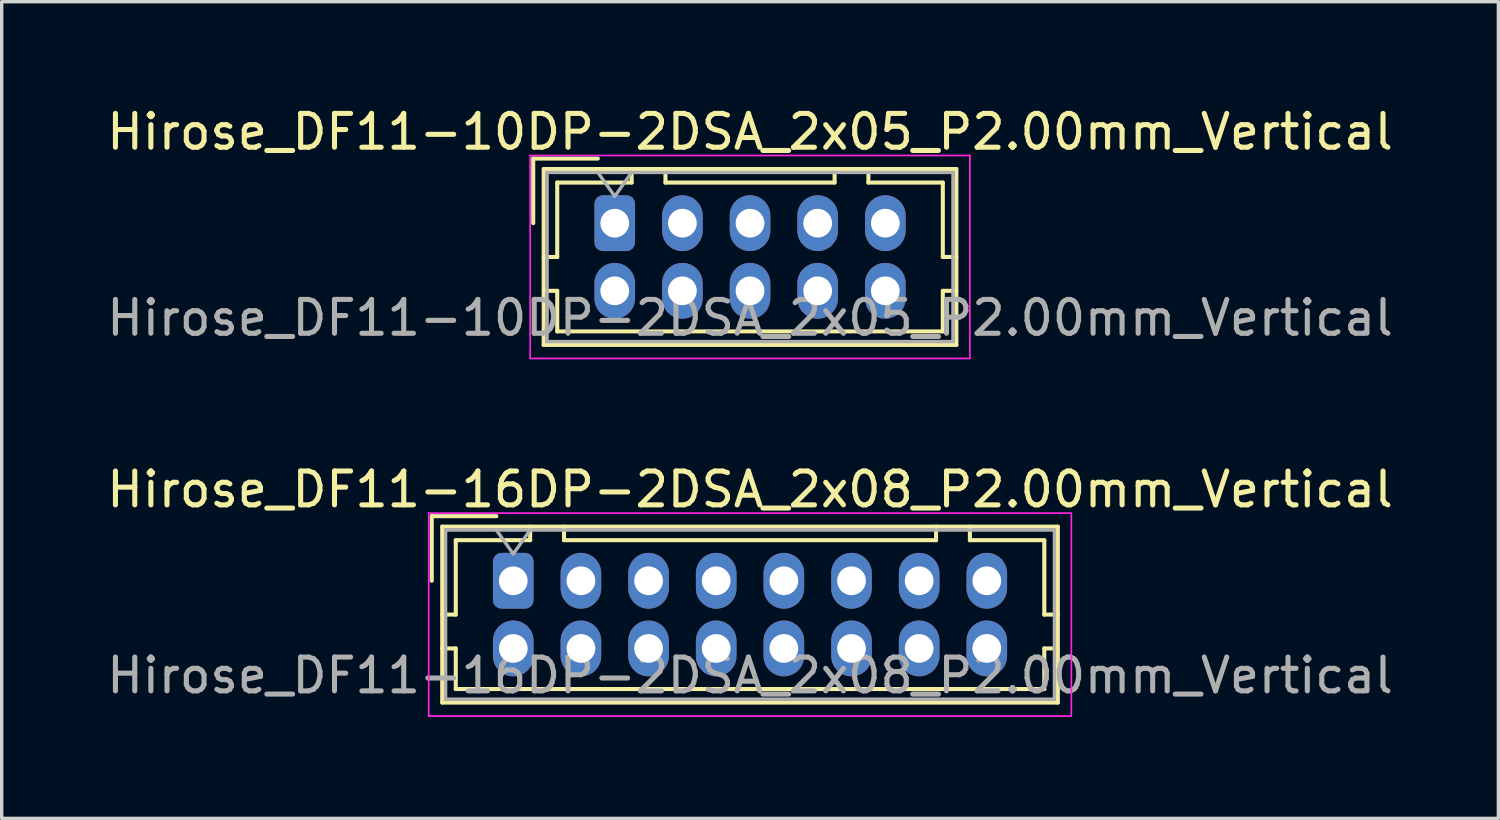
<source format=kicad_pcb>
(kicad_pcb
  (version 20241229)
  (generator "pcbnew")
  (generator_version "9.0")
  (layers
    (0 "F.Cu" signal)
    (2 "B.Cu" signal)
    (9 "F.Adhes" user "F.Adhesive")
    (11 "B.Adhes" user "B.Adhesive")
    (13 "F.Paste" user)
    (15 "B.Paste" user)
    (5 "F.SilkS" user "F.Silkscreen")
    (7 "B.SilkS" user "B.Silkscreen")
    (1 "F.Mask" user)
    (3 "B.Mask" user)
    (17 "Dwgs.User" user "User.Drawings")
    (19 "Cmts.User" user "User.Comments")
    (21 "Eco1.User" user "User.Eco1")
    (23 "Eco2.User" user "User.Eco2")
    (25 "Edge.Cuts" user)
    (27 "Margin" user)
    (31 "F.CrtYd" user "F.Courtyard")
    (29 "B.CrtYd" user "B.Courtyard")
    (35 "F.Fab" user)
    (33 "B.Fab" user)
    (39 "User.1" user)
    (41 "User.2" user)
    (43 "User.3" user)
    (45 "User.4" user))
  (footprint "Hirose_DF11-10DP-2DSA_2x05_P2.00mm_Vertical"
    (layer "F.Cu")
    (at 15.125 3.548)
    (property "Reference" "Hirose_DF11-10DP-2DSA_2x05_P2.00mm_Vertical" (at 4 -2.7 0) (layer "F.SilkS") (effects (font (size 1 1) (thickness 0.15))))
    (attr through_hole)
    (fp_line (start -2.41 -1.91) (end -0.5 -1.91) (stroke (width 0.12) (type solid)) (layer "F.SilkS"))
    (fp_line (start -2.41 0) (end -2.41 -1.91) (stroke (width 0.12) (type solid)) (layer "F.SilkS"))
    (fp_line (start -2.1 -1.6) (end -2.1 3.6) (stroke (width 0.12) (type solid)) (layer "F.SilkS"))
    (fp_line (start -2.1 1) (end -1.7 1) (stroke (width 0.12) (type solid)) (layer "F.SilkS"))
    (fp_line (start -2.1 2) (end -1.7 2) (stroke (width 0.12) (type solid)) (layer "F.SilkS"))
    (fp_line (start -2.1 3.6) (end 10.1 3.6) (stroke (width 0.12) (type solid)) (layer "F.SilkS"))
    (fp_line (start -1.7 -1.2) (end 0.5 -1.2) (stroke (width 0.12) (type solid)) (layer "F.SilkS"))
    (fp_line (start -1.7 1) (end -1.7 -1.2) (stroke (width 0.12) (type solid)) (layer "F.SilkS"))
    (fp_line (start -1.7 2) (end -1.7 3.2) (stroke (width 0.12) (type solid)) (layer "F.SilkS"))
    (fp_line (start -1.7 3.2) (end 9.7 3.2) (stroke (width 0.12) (type solid)) (layer "F.SilkS"))
    (fp_line (start 0.5 -1.2) (end 0.5 -1.6) (stroke (width 0.12) (type solid)) (layer "F.SilkS"))
    (fp_line (start 1.5 -1.6) (end 1.5 -1.2) (stroke (width 0.12) (type solid)) (layer "F.SilkS"))
    (fp_line (start 1.5 -1.2) (end 6.5 -1.2) (stroke (width 0.12) (type solid)) (layer "F.SilkS"))
    (fp_line (start 6.5 -1.2) (end 6.5 -1.6) (stroke (width 0.12) (type solid)) (layer "F.SilkS"))
    (fp_line (start 7.5 -1.2) (end 7.5 -1.6) (stroke (width 0.12) (type solid)) (layer "F.SilkS"))
    (fp_line (start 9.7 -1.2) (end 7.5 -1.2) (stroke (width 0.12) (type solid)) (layer "F.SilkS"))
    (fp_line (start 9.7 1) (end 9.7 -1.2) (stroke (width 0.12) (type solid)) (layer "F.SilkS"))
    (fp_line (start 9.7 2) (end 10.1 2) (stroke (width 0.12) (type solid)) (layer "F.SilkS"))
    (fp_line (start 9.7 3.2) (end 9.7 2) (stroke (width 0.12) (type solid)) (layer "F.SilkS"))
    (fp_line (start 10.1 -1.6) (end -2.1 -1.6) (stroke (width 0.12) (type solid)) (layer "F.SilkS"))
    (fp_line (start 10.1 1) (end 9.7 1) (stroke (width 0.12) (type solid)) (layer "F.SilkS"))
    (fp_line (start 10.1 3.6) (end 10.1 -1.6) (stroke (width 0.12) (type solid)) (layer "F.SilkS"))
    (fp_line (start -2.5 -2) (end -2.5 4) (stroke (width 0.05) (type solid)) (layer "F.CrtYd"))
    (fp_line (start -2.5 4) (end 10.5 4) (stroke (width 0.05) (type solid)) (layer "F.CrtYd"))
    (fp_line (start 10.5 -2) (end -2.5 -2) (stroke (width 0.05) (type solid)) (layer "F.CrtYd"))
    (fp_line (start 10.5 4) (end 10.5 -2) (stroke (width 0.05) (type solid)) (layer "F.CrtYd"))
    (fp_line (start -2 -1.5) (end -2 3.5) (stroke (width 0.1) (type solid)) (layer "F.Fab"))
    (fp_line (start -2 3.5) (end 10 3.5) (stroke (width 0.1) (type solid)) (layer "F.Fab"))
    (fp_line (start -0.5 -1.5) (end 0 -0.793) (stroke (width 0.1) (type solid)) (layer "F.Fab"))
    (fp_line (start 0 -0.793) (end 0.5 -1.5) (stroke (width 0.1) (type solid)) (layer "F.Fab"))
    (fp_line (start 10 -1.5) (end -2 -1.5) (stroke (width 0.1) (type solid)) (layer "F.Fab"))
    (fp_line (start 10 3.5) (end 10 -1.5) (stroke (width 0.1) (type solid)) (layer "F.Fab"))
    (fp_text user "${REFERENCE}" (at 4 2.8 0) (layer "F.Fab") (effects (font (size 1 1) (thickness 0.15))))
    (pad "1" thru_hole roundrect (at 0 0) (size 1.2 1.65) (drill 0.85) (layers "*.Cu" "*.Mask") (roundrect_rratio 0.208))
    (pad "2" thru_hole oval (at 0 2) (size 1.2 1.65) (drill 0.85) (layers "*.Cu" "*.Mask"))
    (pad "3" thru_hole oval (at 2 0) (size 1.2 1.65) (drill 0.85) (layers "*.Cu" "*.Mask"))
    (pad "4" thru_hole oval (at 2 2) (size 1.2 1.65) (drill 0.85) (layers "*.Cu" "*.Mask"))
    (pad "5" thru_hole oval (at 4 0) (size 1.2 1.65) (drill 0.85) (layers "*.Cu" "*.Mask"))
    (pad "6" thru_hole oval (at 4 2) (size 1.2 1.65) (drill 0.85) (layers "*.Cu" "*.Mask"))
    (pad "7" thru_hole oval (at 6 0) (size 1.2 1.65) (drill 0.85) (layers "*.Cu" "*.Mask"))
    (pad "8" thru_hole oval (at 6 2) (size 1.2 1.65) (drill 0.85) (layers "*.Cu" "*.Mask"))
    (pad "9" thru_hole oval (at 8 0) (size 1.2 1.65) (drill 0.85) (layers "*.Cu" "*.Mask"))
    (pad "10" thru_hole oval (at 8 2) (size 1.2 1.65) (drill 0.85) (layers "*.Cu" "*.Mask")))
  (footprint "Hirose_DF11-16DP-2DSA_2x08_P2.00mm_Vertical"
    (layer "F.Cu")
    (at 12.125 14.121)
    (property "Reference" "Hirose_DF11-16DP-2DSA_2x08_P2.00mm_Vertical" (at 7 -2.7 0) (layer "F.SilkS") (effects (font (size 1 1) (thickness 0.15))))
    (attr through_hole)
    (fp_line (start -2.41 -1.91) (end -0.5 -1.91) (stroke (width 0.12) (type solid)) (layer "F.SilkS"))
    (fp_line (start -2.41 0) (end -2.41 -1.91) (stroke (width 0.12) (type solid)) (layer "F.SilkS"))
    (fp_line (start -2.1 -1.6) (end -2.1 3.6) (stroke (width 0.12) (type solid)) (layer "F.SilkS"))
    (fp_line (start -2.1 1) (end -1.7 1) (stroke (width 0.12) (type solid)) (layer "F.SilkS"))
    (fp_line (start -2.1 2) (end -1.7 2) (stroke (width 0.12) (type solid)) (layer "F.SilkS"))
    (fp_line (start -2.1 3.6) (end 16.1 3.6) (stroke (width 0.12) (type solid)) (layer "F.SilkS"))
    (fp_line (start -1.7 -1.2) (end 0.5 -1.2) (stroke (width 0.12) (type solid)) (layer "F.SilkS"))
    (fp_line (start -1.7 1) (end -1.7 -1.2) (stroke (width 0.12) (type solid)) (layer "F.SilkS"))
    (fp_line (start -1.7 2) (end -1.7 3.2) (stroke (width 0.12) (type solid)) (layer "F.SilkS"))
    (fp_line (start -1.7 3.2) (end 15.7 3.2) (stroke (width 0.12) (type solid)) (layer "F.SilkS"))
    (fp_line (start 0.5 -1.2) (end 0.5 -1.6) (stroke (width 0.12) (type solid)) (layer "F.SilkS"))
    (fp_line (start 1.5 -1.6) (end 1.5 -1.2) (stroke (width 0.12) (type solid)) (layer "F.SilkS"))
    (fp_line (start 1.5 -1.2) (end 12.5 -1.2) (stroke (width 0.12) (type solid)) (layer "F.SilkS"))
    (fp_line (start 12.5 -1.2) (end 12.5 -1.6) (stroke (width 0.12) (type solid)) (layer "F.SilkS"))
    (fp_line (start 13.5 -1.2) (end 13.5 -1.6) (stroke (width 0.12) (type solid)) (layer "F.SilkS"))
    (fp_line (start 15.7 -1.2) (end 13.5 -1.2) (stroke (width 0.12) (type solid)) (layer "F.SilkS"))
    (fp_line (start 15.7 1) (end 15.7 -1.2) (stroke (width 0.12) (type solid)) (layer "F.SilkS"))
    (fp_line (start 15.7 2) (end 16.1 2) (stroke (width 0.12) (type solid)) (layer "F.SilkS"))
    (fp_line (start 15.7 3.2) (end 15.7 2) (stroke (width 0.12) (type solid)) (layer "F.SilkS"))
    (fp_line (start 16.1 -1.6) (end -2.1 -1.6) (stroke (width 0.12) (type solid)) (layer "F.SilkS"))
    (fp_line (start 16.1 1) (end 15.7 1) (stroke (width 0.12) (type solid)) (layer "F.SilkS"))
    (fp_line (start 16.1 3.6) (end 16.1 -1.6) (stroke (width 0.12) (type solid)) (layer "F.SilkS"))
    (fp_line (start -2.5 -2) (end -2.5 4) (stroke (width 0.05) (type solid)) (layer "F.CrtYd"))
    (fp_line (start -2.5 4) (end 16.5 4) (stroke (width 0.05) (type solid)) (layer "F.CrtYd"))
    (fp_line (start 16.5 -2) (end -2.5 -2) (stroke (width 0.05) (type solid)) (layer "F.CrtYd"))
    (fp_line (start 16.5 4) (end 16.5 -2) (stroke (width 0.05) (type solid)) (layer "F.CrtYd"))
    (fp_line (start -2 -1.5) (end -2 3.5) (stroke (width 0.1) (type solid)) (layer "F.Fab"))
    (fp_line (start -2 3.5) (end 16 3.5) (stroke (width 0.1) (type solid)) (layer "F.Fab"))
    (fp_line (start -0.5 -1.5) (end 0 -0.793) (stroke (width 0.1) (type solid)) (layer "F.Fab"))
    (fp_line (start 0 -0.793) (end 0.5 -1.5) (stroke (width 0.1) (type solid)) (layer "F.Fab"))
    (fp_line (start 16 -1.5) (end -2 -1.5) (stroke (width 0.1) (type solid)) (layer "F.Fab"))
    (fp_line (start 16 3.5) (end 16 -1.5) (stroke (width 0.1) (type solid)) (layer "F.Fab"))
    (fp_text user "${REFERENCE}" (at 7 2.8 0) (layer "F.Fab") (effects (font (size 1 1) (thickness 0.15))))
    (pad "1" thru_hole roundrect (at 0 0) (size 1.2 1.65) (drill 0.85) (layers "*.Cu" "*.Mask") (roundrect_rratio 0.208))
    (pad "2" thru_hole oval (at 0 2) (size 1.2 1.65) (drill 0.85) (layers "*.Cu" "*.Mask"))
    (pad "3" thru_hole oval (at 2 0) (size 1.2 1.65) (drill 0.85) (layers "*.Cu" "*.Mask"))
    (pad "4" thru_hole oval (at 2 2) (size 1.2 1.65) (drill 0.85) (layers "*.Cu" "*.Mask"))
    (pad "5" thru_hole oval (at 4 0) (size 1.2 1.65) (drill 0.85) (layers "*.Cu" "*.Mask"))
    (pad "6" thru_hole oval (at 4 2) (size 1.2 1.65) (drill 0.85) (layers "*.Cu" "*.Mask"))
    (pad "7" thru_hole oval (at 6 0) (size 1.2 1.65) (drill 0.85) (layers "*.Cu" "*.Mask"))
    (pad "8" thru_hole oval (at 6 2) (size 1.2 1.65) (drill 0.85) (layers "*.Cu" "*.Mask"))
    (pad "9" thru_hole oval (at 8 0) (size 1.2 1.65) (drill 0.85) (layers "*.Cu" "*.Mask"))
    (pad "10" thru_hole oval (at 8 2) (size 1.2 1.65) (drill 0.85) (layers "*.Cu" "*.Mask"))
    (pad "11" thru_hole oval (at 10 0) (size 1.2 1.65) (drill 0.85) (layers "*.Cu" "*.Mask"))
    (pad "12" thru_hole oval (at 10 2) (size 1.2 1.65) (drill 0.85) (layers "*.Cu" "*.Mask"))
    (pad "13" thru_hole oval (at 12 0) (size 1.2 1.65) (drill 0.85) (layers "*.Cu" "*.Mask"))
    (pad "14" thru_hole oval (at 12 2) (size 1.2 1.65) (drill 0.85) (layers "*.Cu" "*.Mask"))
    (pad "15" thru_hole oval (at 14 0) (size 1.2 1.65) (drill 0.85) (layers "*.Cu" "*.Mask"))
    (pad "16" thru_hole oval (at 14 2) (size 1.2 1.65) (drill 0.85) (layers "*.Cu" "*.Mask")))
  (gr_rect
    (start -3 -3)
    (end 41.25 21.146)
    (stroke (width 0.1) (type default))
    (fill no)
    (layer "Edge.Cuts")))
</source>
